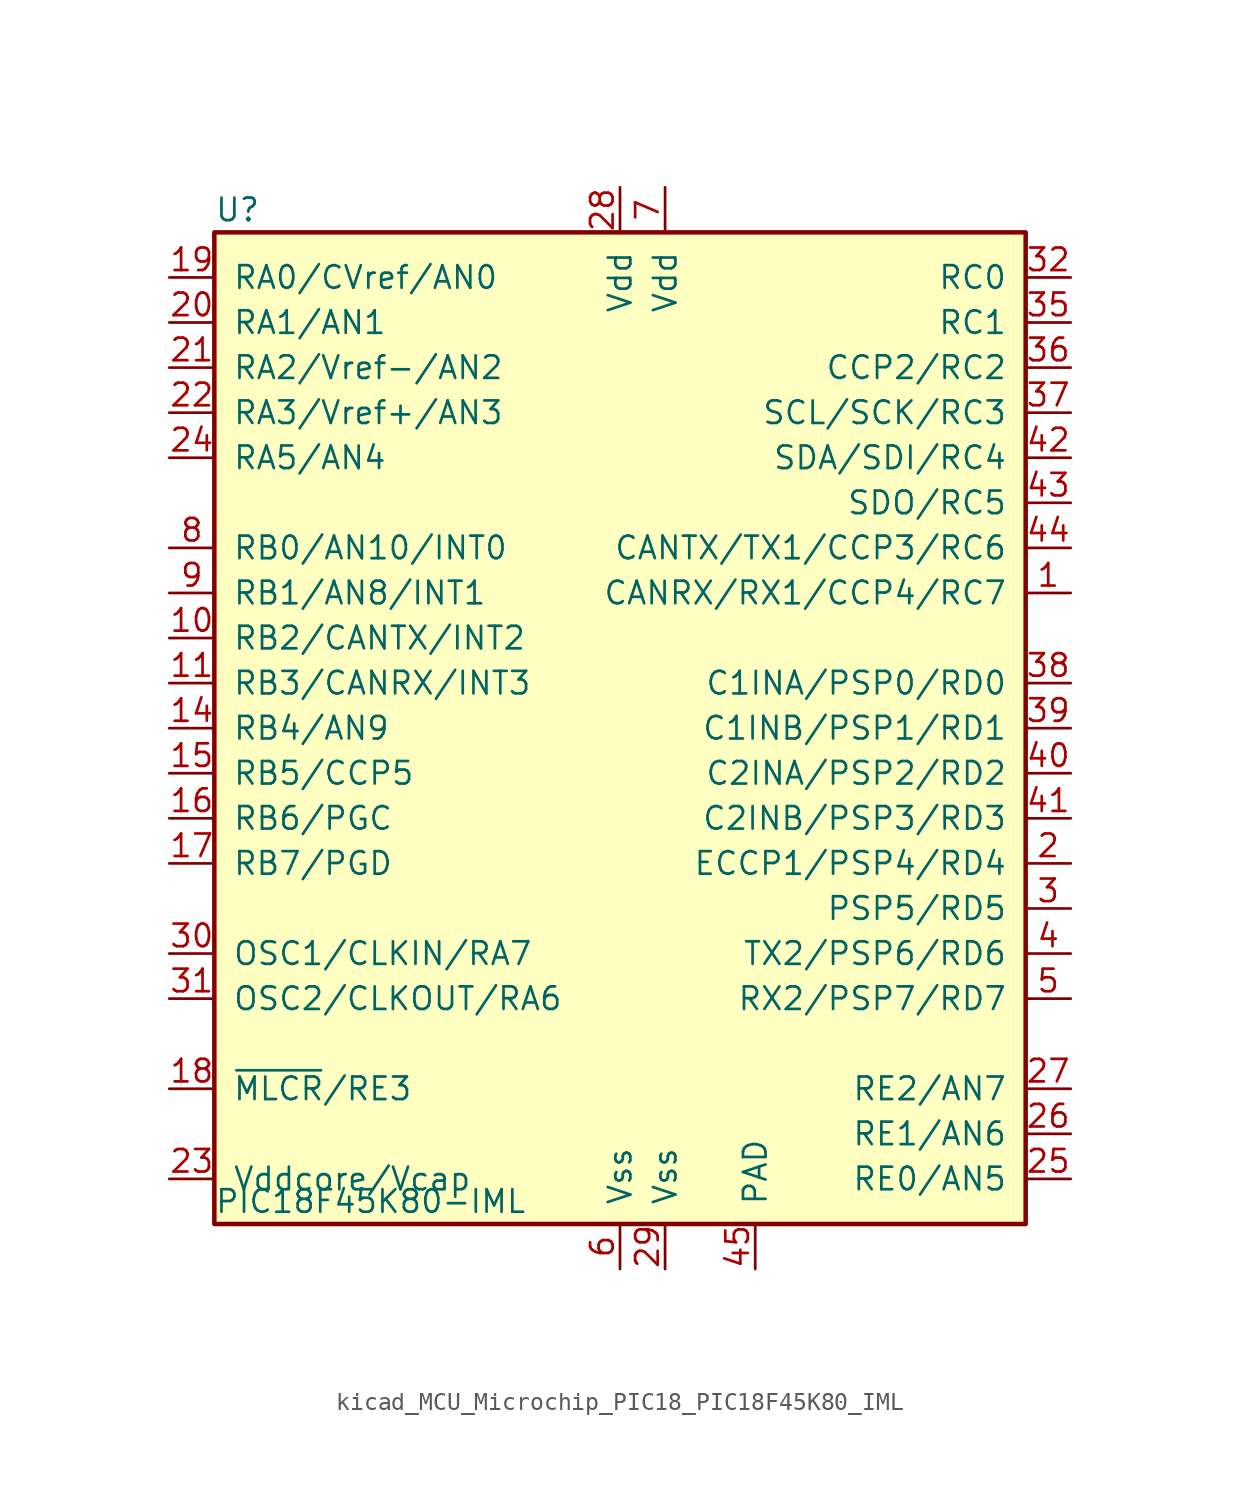
<source format=kicad_sym>
(kicad_symbol_lib
  (version 20220914)
  (generator kicad_symbol_editor)
  (symbol "kicad_MCU_Microchip_PIC18_PIC18F45K80_IML"
    (pin_names
      (offset 1.016))
    (property "Reference" "U"
      (at -22.86 29.21 0)
      (effects (font (size 1.27 1.27)) (justify left)))
    (property "Value" "PIC18F45K80-IML"
      (at -22.86 -26.67 0)
      (effects (font (size 1.27 1.27)) (justify left)))
    (symbol "kicad_MCU_Microchip_PIC18_PIC18F45K80_IML_0_1"
      (rectangle (start -22.86 27.94) (end 22.86 -27.94) (stroke (width 0.254) (type default)) (fill (type background))))
    (symbol "kicad_MCU_Microchip_PIC18_PIC18F45K80_IML_1_1"
      (pin bidirectional line (at 25.4 7.62 180) (length 2.54) (name "CANRX/RX1/CCP4/RC7" (effects (font (size 1.27 1.27)))) (number "1" (effects (font (size 1.27 1.27)))))
      (pin bidirectional line (at -25.4 5.08 0) (length 2.54) (name "RB2/CANTX/INT2" (effects (font (size 1.27 1.27)))) (number "10" (effects (font (size 1.27 1.27)))))
      (pin bidirectional line (at -25.4 2.54 0) (length 2.54) (name "RB3/CANRX/INT3" (effects (font (size 1.27 1.27)))) (number "11" (effects (font (size 1.27 1.27)))))
      (pin no_connect line (at -10.16 -27.94 90) (length 2.54) hide (name "NC" (effects (font (size 1.27 1.27)))) (number "12" (effects (font (size 1.27 1.27)))))
      (pin no_connect line (at -7.62 -27.94 90) (length 2.54) hide (name "NC" (effects (font (size 1.27 1.27)))) (number "13" (effects (font (size 1.27 1.27)))))
      (pin bidirectional line (at -25.4 0 0) (length 2.54) (name "RB4/AN9" (effects (font (size 1.27 1.27)))) (number "14" (effects (font (size 1.27 1.27)))))
      (pin bidirectional line (at -25.4 -2.54 0) (length 2.54) (name "RB5/CCP5" (effects (font (size 1.27 1.27)))) (number "15" (effects (font (size 1.27 1.27)))))
      (pin bidirectional line (at -25.4 -5.08 0) (length 2.54) (name "RB6/PGC" (effects (font (size 1.27 1.27)))) (number "16" (effects (font (size 1.27 1.27)))))
      (pin bidirectional line (at -25.4 -7.62 0) (length 2.54) (name "RB7/PGD" (effects (font (size 1.27 1.27)))) (number "17" (effects (font (size 1.27 1.27)))))
      (pin bidirectional line (at -25.4 -20.32 0) (length 2.54) (name "~{MLCR}/RE3" (effects (font (size 1.27 1.27)))) (number "18" (effects (font (size 1.27 1.27)))))
      (pin bidirectional line (at -25.4 25.4 0) (length 2.54) (name "RA0/CVref/AN0" (effects (font (size 1.27 1.27)))) (number "19" (effects (font (size 1.27 1.27)))))
      (pin bidirectional line (at 25.4 -7.62 180) (length 2.54) (name "ECCP1/PSP4/RD4" (effects (font (size 1.27 1.27)))) (number "2" (effects (font (size 1.27 1.27)))))
      (pin bidirectional line (at -25.4 22.86 0) (length 2.54) (name "RA1/AN1" (effects (font (size 1.27 1.27)))) (number "20" (effects (font (size 1.27 1.27)))))
      (pin bidirectional line (at -25.4 20.32 0) (length 2.54) (name "RA2/Vref-/AN2" (effects (font (size 1.27 1.27)))) (number "21" (effects (font (size 1.27 1.27)))))
      (pin bidirectional line (at -25.4 17.78 0) (length 2.54) (name "RA3/Vref+/AN3" (effects (font (size 1.27 1.27)))) (number "22" (effects (font (size 1.27 1.27)))))
      (pin power_in line (at -25.4 -25.4 0) (length 2.54) (name "Vddcore/Vcap" (effects (font (size 1.27 1.27)))) (number "23" (effects (font (size 1.27 1.27)))))
      (pin bidirectional line (at -25.4 15.24 0) (length 2.54) (name "RA5/AN4" (effects (font (size 1.27 1.27)))) (number "24" (effects (font (size 1.27 1.27)))))
      (pin bidirectional line (at 25.4 -25.4 180) (length 2.54) (name "RE0/AN5" (effects (font (size 1.27 1.27)))) (number "25" (effects (font (size 1.27 1.27)))))
      (pin bidirectional line (at 25.4 -22.86 180) (length 2.54) (name "RE1/AN6" (effects (font (size 1.27 1.27)))) (number "26" (effects (font (size 1.27 1.27)))))
      (pin bidirectional line (at 25.4 -20.32 180) (length 2.54) (name "RE2/AN7" (effects (font (size 1.27 1.27)))) (number "27" (effects (font (size 1.27 1.27)))))
      (pin power_in line (at 0 30.48 270) (length 2.54) (name "Vdd" (effects (font (size 1.27 1.27)))) (number "28" (effects (font (size 1.27 1.27)))))
      (pin power_in line (at 2.54 -30.48 90) (length 2.54) (name "Vss" (effects (font (size 1.27 1.27)))) (number "29" (effects (font (size 1.27 1.27)))))
      (pin bidirectional line (at 25.4 -10.16 180) (length 2.54) (name "PSP5/RD5" (effects (font (size 1.27 1.27)))) (number "3" (effects (font (size 1.27 1.27)))))
      (pin input line (at -25.4 -12.7 0) (length 2.54) (name "OSC1/CLKIN/RA7" (effects (font (size 1.27 1.27)))) (number "30" (effects (font (size 1.27 1.27)))))
      (pin input line (at -25.4 -15.24 0) (length 2.54) (name "OSC2/CLKOUT/RA6" (effects (font (size 1.27 1.27)))) (number "31" (effects (font (size 1.27 1.27)))))
      (pin bidirectional line (at 25.4 25.4 180) (length 2.54) (name "RC0" (effects (font (size 1.27 1.27)))) (number "32" (effects (font (size 1.27 1.27)))))
      (pin no_connect line (at -5.08 -27.94 90) (length 2.54) hide (name "NC" (effects (font (size 1.27 1.27)))) (number "33" (effects (font (size 1.27 1.27)))))
      (pin no_connect line (at -2.54 -27.94 90) (length 2.54) hide (name "NC" (effects (font (size 1.27 1.27)))) (number "34" (effects (font (size 1.27 1.27)))))
      (pin bidirectional line (at 25.4 22.86 180) (length 2.54) (name "RC1" (effects (font (size 1.27 1.27)))) (number "35" (effects (font (size 1.27 1.27)))))
      (pin bidirectional line (at 25.4 20.32 180) (length 2.54) (name "CCP2/RC2" (effects (font (size 1.27 1.27)))) (number "36" (effects (font (size 1.27 1.27)))))
      (pin bidirectional line (at 25.4 17.78 180) (length 2.54) (name "SCL/SCK/RC3" (effects (font (size 1.27 1.27)))) (number "37" (effects (font (size 1.27 1.27)))))
      (pin bidirectional line (at 25.4 2.54 180) (length 2.54) (name "C1INA/PSP0/RD0" (effects (font (size 1.27 1.27)))) (number "38" (effects (font (size 1.27 1.27)))))
      (pin bidirectional line (at 25.4 0 180) (length 2.54) (name "C1INB/PSP1/RD1" (effects (font (size 1.27 1.27)))) (number "39" (effects (font (size 1.27 1.27)))))
      (pin bidirectional line (at 25.4 -12.7 180) (length 2.54) (name "TX2/PSP6/RD6" (effects (font (size 1.27 1.27)))) (number "4" (effects (font (size 1.27 1.27)))))
      (pin bidirectional line (at 25.4 -2.54 180) (length 2.54) (name "C2INA/PSP2/RD2" (effects (font (size 1.27 1.27)))) (number "40" (effects (font (size 1.27 1.27)))))
      (pin bidirectional line (at 25.4 -5.08 180) (length 2.54) (name "C2INB/PSP3/RD3" (effects (font (size 1.27 1.27)))) (number "41" (effects (font (size 1.27 1.27)))))
      (pin bidirectional line (at 25.4 15.24 180) (length 2.54) (name "SDA/SDI/RC4" (effects (font (size 1.27 1.27)))) (number "42" (effects (font (size 1.27 1.27)))))
      (pin bidirectional line (at 25.4 12.7 180) (length 2.54) (name "SDO/RC5" (effects (font (size 1.27 1.27)))) (number "43" (effects (font (size 1.27 1.27)))))
      (pin bidirectional line (at 25.4 10.16 180) (length 2.54) (name "CANTX/TX1/CCP3/RC6" (effects (font (size 1.27 1.27)))) (number "44" (effects (font (size 1.27 1.27)))))
      (pin power_in line (at 7.62 -30.48 90) (length 2.54) (name "PAD" (effects (font (size 1.27 1.27)))) (number "45" (effects (font (size 1.27 1.27)))))
      (pin bidirectional line (at 25.4 -15.24 180) (length 2.54) (name "RX2/PSP7/RD7" (effects (font (size 1.27 1.27)))) (number "5" (effects (font (size 1.27 1.27)))))
      (pin power_in line (at 0 -30.48 90) (length 2.54) (name "Vss" (effects (font (size 1.27 1.27)))) (number "6" (effects (font (size 1.27 1.27)))))
      (pin power_in line (at 2.54 30.48 270) (length 2.54) (name "Vdd" (effects (font (size 1.27 1.27)))) (number "7" (effects (font (size 1.27 1.27)))))
      (pin bidirectional line (at -25.4 10.16 0) (length 2.54) (name "RB0/AN10/INT0" (effects (font (size 1.27 1.27)))) (number "8" (effects (font (size 1.27 1.27)))))
      (pin bidirectional line (at -25.4 7.62 0) (length 2.54) (name "RB1/AN8/INT1" (effects (font (size 1.27 1.27)))) (number "9" (effects (font (size 1.27 1.27))))))))
</source>
